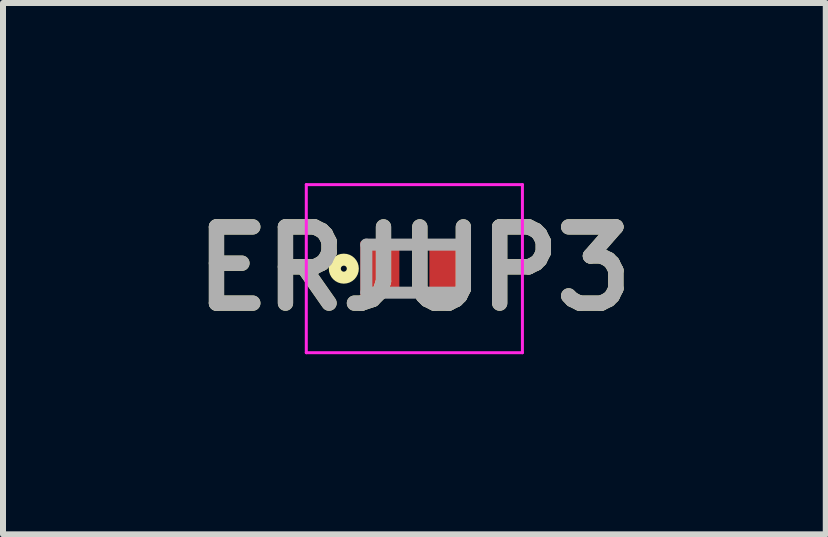
<source format=kicad_pcb>
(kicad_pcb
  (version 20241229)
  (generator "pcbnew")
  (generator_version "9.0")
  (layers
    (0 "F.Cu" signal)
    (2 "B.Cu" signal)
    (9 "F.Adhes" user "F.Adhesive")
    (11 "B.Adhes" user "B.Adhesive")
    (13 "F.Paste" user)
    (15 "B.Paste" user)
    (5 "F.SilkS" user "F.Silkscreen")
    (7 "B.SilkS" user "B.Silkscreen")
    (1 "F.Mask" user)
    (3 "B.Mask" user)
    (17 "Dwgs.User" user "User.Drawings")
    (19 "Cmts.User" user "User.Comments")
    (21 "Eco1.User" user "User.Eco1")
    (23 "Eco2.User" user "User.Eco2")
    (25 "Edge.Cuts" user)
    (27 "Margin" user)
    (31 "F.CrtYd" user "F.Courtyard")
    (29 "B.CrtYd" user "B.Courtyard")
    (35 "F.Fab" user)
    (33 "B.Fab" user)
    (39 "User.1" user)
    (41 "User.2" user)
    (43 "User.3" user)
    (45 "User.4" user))
  (footprint "ERJUP3"
    (layer "F.Cu")
    (at 3.852 1.425)
    (property "Reference" "ERJUP3" (at 0 0 0) (layer "F.SilkS") (effects (font (size 1.27 1.27) (thickness 0.254))))
    (attr smd)
    (fp_circle (center -1.175 0) (end -1.175 0.05) (stroke (width 0.2) (type solid)) (fill no) (layer "F.SilkS"))
    (fp_line (start -1.8 -1.4) (end 1.8 -1.4) (stroke (width 0.05) (type solid)) (layer "F.CrtYd"))
    (fp_line (start -1.8 1.4) (end -1.8 -1.4) (stroke (width 0.05) (type solid)) (layer "F.CrtYd"))
    (fp_line (start 1.8 -1.4) (end 1.8 1.4) (stroke (width 0.05) (type solid)) (layer "F.CrtYd"))
    (fp_line (start 1.8 1.4) (end -1.8 1.4) (stroke (width 0.05) (type solid)) (layer "F.CrtYd"))
    (fp_line (start -0.8 -0.4) (end 0.8 -0.4) (stroke (width 0.2) (type solid)) (layer "F.Fab"))
    (fp_line (start -0.8 0.4) (end -0.8 -0.4) (stroke (width 0.2) (type solid)) (layer "F.Fab"))
    (fp_line (start 0.8 -0.4) (end 0.8 0.4) (stroke (width 0.2) (type solid)) (layer "F.Fab"))
    (fp_line (start 0.8 0.4) (end -0.8 0.4) (stroke (width 0.2) (type solid)) (layer "F.Fab"))
    (fp_text user "${REFERENCE}" (at 0 0 0) (layer "F.Fab") (effects (font (size 1.27 1.27) (thickness 0.254))))
    (pad "1" smd rect (at -0.575 0) (size 0.65 0.9) (layers "F.Cu" "F.Mask" "F.Paste"))
    (pad "2" smd rect (at 0.575 0) (size 0.65 0.9) (layers "F.Cu" "F.Mask" "F.Paste")))
  (gr_rect
    (start -3 -3)
    (end 10.705 5.85)
    (stroke (width 0.1) (type default))
    (fill no)
    (layer "Edge.Cuts")))
</source>
